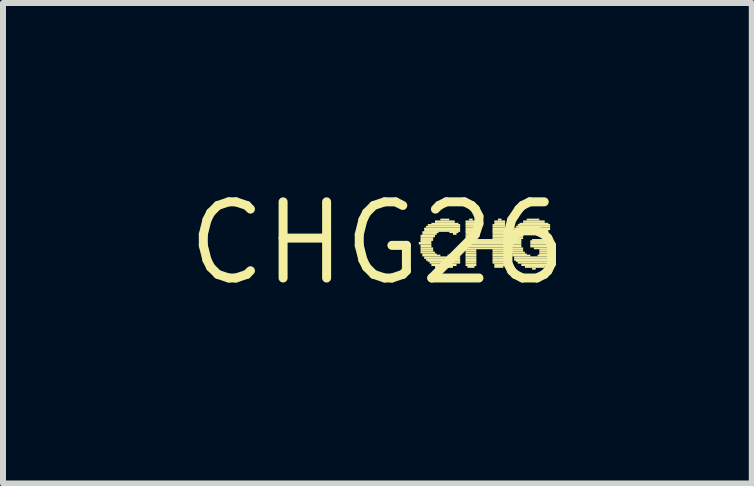
<source format=kicad_pcb>
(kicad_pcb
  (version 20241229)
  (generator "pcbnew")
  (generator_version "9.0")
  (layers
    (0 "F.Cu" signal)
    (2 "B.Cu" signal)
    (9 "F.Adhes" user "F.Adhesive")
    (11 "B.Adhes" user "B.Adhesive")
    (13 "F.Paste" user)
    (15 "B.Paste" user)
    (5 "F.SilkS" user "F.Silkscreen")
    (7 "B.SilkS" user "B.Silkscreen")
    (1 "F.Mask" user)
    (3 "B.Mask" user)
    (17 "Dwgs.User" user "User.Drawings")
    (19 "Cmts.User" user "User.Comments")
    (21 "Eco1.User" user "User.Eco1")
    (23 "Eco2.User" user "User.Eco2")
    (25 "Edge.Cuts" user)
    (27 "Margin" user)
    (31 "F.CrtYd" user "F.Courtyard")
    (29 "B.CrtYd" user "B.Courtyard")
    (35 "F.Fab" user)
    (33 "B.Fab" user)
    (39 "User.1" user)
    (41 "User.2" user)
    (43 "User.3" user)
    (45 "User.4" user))
  (footprint "CHG26"
    (layer "F.Cu")
    (at 3.243 1.006)
    (property "Reference" "CHG26" (at 0 0 0) (layer "F.SilkS") (effects (font (size 1.27 1.27) (thickness 0.15))))
    (fp_poly (pts (xy 0.69 0.02) (xy 0.9 0.02) (xy 0.9 -0.02) (xy 0.69 -0.02)) (stroke (width 0) (type default)) (fill yes) (layer "F.SilkS"))
    (fp_poly (pts (xy 0.72 -0.1) (xy 0.96 -0.1) (xy 0.96 -0.14) (xy 0.72 -0.14)) (stroke (width 0) (type default)) (fill yes) (layer "F.SilkS"))
    (fp_poly (pts (xy 0.72 -0.07) (xy 0.93 -0.07) (xy 0.93 -0.1) (xy 0.72 -0.1)) (stroke (width 0) (type default)) (fill yes) (layer "F.SilkS"))
    (fp_poly (pts (xy 0.72 -0.04) (xy 0.93 -0.04) (xy 0.93 -0.07) (xy 0.72 -0.07)) (stroke (width 0) (type default)) (fill yes) (layer "F.SilkS"))
    (fp_poly (pts (xy 0.72 -0.02) (xy 0.9 -0.02) (xy 0.9 -0.05) (xy 0.72 -0.05)) (stroke (width 0) (type default)) (fill yes) (layer "F.SilkS"))
    (fp_poly (pts (xy 0.72 0.05) (xy 0.9 0.05) (xy 0.9 0.02) (xy 0.72 0.02)) (stroke (width 0) (type default)) (fill yes) (layer "F.SilkS"))
    (fp_poly (pts (xy 0.72 0.07) (xy 0.9 0.07) (xy 0.9 0.04) (xy 0.72 0.04)) (stroke (width 0) (type default)) (fill yes) (layer "F.SilkS"))
    (fp_poly (pts (xy 0.72 0.1) (xy 0.93 0.1) (xy 0.93 0.07) (xy 0.72 0.07)) (stroke (width 0) (type default)) (fill yes) (layer "F.SilkS"))
    (fp_poly (pts (xy 0.72 0.14) (xy 0.93 0.14) (xy 0.93 0.1) (xy 0.72 0.1)) (stroke (width 0) (type default)) (fill yes) (layer "F.SilkS"))
    (fp_poly (pts (xy 0.72 0.17) (xy 0.96 0.17) (xy 0.96 0.14) (xy 0.72 0.14)) (stroke (width 0) (type default)) (fill yes) (layer "F.SilkS"))
    (fp_poly (pts (xy 0.75 -0.17) (xy 1.02 -0.17) (xy 1.02 -0.2) (xy 0.75 -0.2)) (stroke (width 0) (type default)) (fill yes) (layer "F.SilkS"))
    (fp_poly (pts (xy 0.75 -0.14) (xy 0.99 -0.14) (xy 0.99 -0.17) (xy 0.75 -0.17)) (stroke (width 0) (type default)) (fill yes) (layer "F.SilkS"))
    (fp_poly (pts (xy 0.75 0.2) (xy 0.99 0.2) (xy 0.99 0.17) (xy 0.75 0.17)) (stroke (width 0) (type default)) (fill yes) (layer "F.SilkS"))
    (fp_poly (pts (xy 0.75 0.22) (xy 1.05 0.22) (xy 1.05 0.19) (xy 0.75 0.19)) (stroke (width 0) (type default)) (fill yes) (layer "F.SilkS"))
    (fp_poly (pts (xy 0.78 -0.22) (xy 1.38 -0.22) (xy 1.38 -0.26) (xy 0.78 -0.26)) (stroke (width 0) (type default)) (fill yes) (layer "F.SilkS"))
    (fp_poly (pts (xy 0.78 -0.19) (xy 1.38 -0.19) (xy 1.38 -0.22) (xy 0.78 -0.22)) (stroke (width 0) (type default)) (fill yes) (layer "F.SilkS"))
    (fp_poly (pts (xy 0.78 0.26) (xy 1.38 0.26) (xy 1.38 0.22) (xy 0.78 0.22)) (stroke (width 0) (type default)) (fill yes) (layer "F.SilkS"))
    (fp_poly (pts (xy 0.81 -0.26) (xy 1.38 -0.26) (xy 1.38 -0.29) (xy 0.81 -0.29)) (stroke (width 0) (type default)) (fill yes) (layer "F.SilkS"))
    (fp_poly (pts (xy 0.81 0.29) (xy 1.38 0.29) (xy 1.38 0.26) (xy 0.81 0.26)) (stroke (width 0) (type default)) (fill yes) (layer "F.SilkS"))
    (fp_poly (pts (xy 0.84 -0.29) (xy 1.38 -0.29) (xy 1.38 -0.32) (xy 0.84 -0.32)) (stroke (width 0) (type default)) (fill yes) (layer "F.SilkS"))
    (fp_poly (pts (xy 0.84 0.31) (xy 1.38 0.31) (xy 1.38 0.28) (xy 0.84 0.28)) (stroke (width 0) (type default)) (fill yes) (layer "F.SilkS"))
    (fp_poly (pts (xy 0.87 0.34) (xy 1.38 0.34) (xy 1.38 0.31) (xy 0.87 0.31)) (stroke (width 0) (type default)) (fill yes) (layer "F.SilkS"))
    (fp_poly (pts (xy 0.9 -0.31) (xy 1.35 -0.31) (xy 1.35 -0.34) (xy 0.9 -0.34)) (stroke (width 0) (type default)) (fill yes) (layer "F.SilkS"))
    (fp_poly (pts (xy 0.9 0.38) (xy 1.32 0.38) (xy 1.32 0.34) (xy 0.9 0.34)) (stroke (width 0) (type default)) (fill yes) (layer "F.SilkS"))
    (fp_poly (pts (xy 0.96 -0.34) (xy 1.29 -0.34) (xy 1.29 -0.38) (xy 0.96 -0.38)) (stroke (width 0) (type default)) (fill yes) (layer "F.SilkS"))
    (fp_poly (pts (xy 0.96 0.41) (xy 1.26 0.41) (xy 1.26 0.38) (xy 0.96 0.38)) (stroke (width 0) (type default)) (fill yes) (layer "F.SilkS"))
    (fp_poly (pts (xy 1.05 -0.38) (xy 1.2 -0.38) (xy 1.2 -0.41) (xy 1.05 -0.41)) (stroke (width 0) (type default)) (fill yes) (layer "F.SilkS"))
    (fp_poly (pts (xy 1.11 0.44) (xy 1.14 0.44) (xy 1.14 0.41) (xy 1.11 0.41)) (stroke (width 0) (type default)) (fill yes) (layer "F.SilkS"))
    (fp_poly (pts (xy 1.17 0.22) (xy 1.35 0.22) (xy 1.35 0.19) (xy 1.17 0.19)) (stroke (width 0) (type default)) (fill yes) (layer "F.SilkS"))
    (fp_poly (pts (xy 1.2 -0.17) (xy 1.35 -0.17) (xy 1.35 -0.2) (xy 1.2 -0.2)) (stroke (width 0) (type default)) (fill yes) (layer "F.SilkS"))
    (fp_poly (pts (xy 1.23 0.2) (xy 1.35 0.2) (xy 1.35 0.17) (xy 1.23 0.17)) (stroke (width 0) (type default)) (fill yes) (layer "F.SilkS"))
    (fp_poly (pts (xy 1.26 -0.14) (xy 1.32 -0.14) (xy 1.32 -0.17) (xy 1.26 -0.17)) (stroke (width 0) (type default)) (fill yes) (layer "F.SilkS"))
    (fp_poly (pts (xy 1.47 -0.34) (xy 1.65 -0.34) (xy 1.65 -0.38) (xy 1.47 -0.38)) (stroke (width 0) (type default)) (fill yes) (layer "F.SilkS"))
    (fp_poly (pts (xy 1.47 -0.31) (xy 1.65 -0.31) (xy 1.65 -0.34) (xy 1.47 -0.34)) (stroke (width 0) (type default)) (fill yes) (layer "F.SilkS"))
    (fp_poly (pts (xy 1.47 -0.29) (xy 1.65 -0.29) (xy 1.65 -0.32) (xy 1.47 -0.32)) (stroke (width 0) (type default)) (fill yes) (layer "F.SilkS"))
    (fp_poly (pts (xy 1.47 -0.26) (xy 1.65 -0.26) (xy 1.65 -0.29) (xy 1.47 -0.29)) (stroke (width 0) (type default)) (fill yes) (layer "F.SilkS"))
    (fp_poly (pts (xy 1.47 -0.22) (xy 1.65 -0.22) (xy 1.65 -0.26) (xy 1.47 -0.26)) (stroke (width 0) (type default)) (fill yes) (layer "F.SilkS"))
    (fp_poly (pts (xy 1.47 -0.19) (xy 1.65 -0.19) (xy 1.65 -0.22) (xy 1.47 -0.22)) (stroke (width 0) (type default)) (fill yes) (layer "F.SilkS"))
    (fp_poly (pts (xy 1.47 -0.17) (xy 1.65 -0.17) (xy 1.65 -0.2) (xy 1.47 -0.2)) (stroke (width 0) (type default)) (fill yes) (layer "F.SilkS"))
    (fp_poly (pts (xy 1.47 -0.14) (xy 1.65 -0.14) (xy 1.65 -0.17) (xy 1.47 -0.17)) (stroke (width 0) (type default)) (fill yes) (layer "F.SilkS"))
    (fp_poly (pts (xy 1.47 -0.1) (xy 1.65 -0.1) (xy 1.65 -0.14) (xy 1.47 -0.14)) (stroke (width 0) (type default)) (fill yes) (layer "F.SilkS"))
    (fp_poly (pts (xy 1.47 -0.07) (xy 1.65 -0.07) (xy 1.65 -0.1) (xy 1.47 -0.1)) (stroke (width 0) (type default)) (fill yes) (layer "F.SilkS"))
    (fp_poly (pts (xy 1.47 -0.04) (xy 2.13 -0.04) (xy 2.13 -0.07) (xy 1.47 -0.07)) (stroke (width 0) (type default)) (fill yes) (layer "F.SilkS"))
    (fp_poly (pts (xy 1.47 -0.02) (xy 2.13 -0.02) (xy 2.13 -0.05) (xy 1.47 -0.05)) (stroke (width 0) (type default)) (fill yes) (layer "F.SilkS"))
    (fp_poly (pts (xy 1.47 0.02) (xy 2.13 0.02) (xy 2.13 -0.02) (xy 1.47 -0.02)) (stroke (width 0) (type default)) (fill yes) (layer "F.SilkS"))
    (fp_poly (pts (xy 1.47 0.05) (xy 2.13 0.05) (xy 2.13 0.02) (xy 1.47 0.02)) (stroke (width 0) (type default)) (fill yes) (layer "F.SilkS"))
    (fp_poly (pts (xy 1.47 0.07) (xy 2.13 0.07) (xy 2.13 0.04) (xy 1.47 0.04)) (stroke (width 0) (type default)) (fill yes) (layer "F.SilkS"))
    (fp_poly (pts (xy 1.47 0.1) (xy 2.13 0.1) (xy 2.13 0.07) (xy 1.47 0.07)) (stroke (width 0) (type default)) (fill yes) (layer "F.SilkS"))
    (fp_poly (pts (xy 1.47 0.14) (xy 1.65 0.14) (xy 1.65 0.1) (xy 1.47 0.1)) (stroke (width 0) (type default)) (fill yes) (layer "F.SilkS"))
    (fp_poly (pts (xy 1.47 0.17) (xy 1.65 0.17) (xy 1.65 0.14) (xy 1.47 0.14)) (stroke (width 0) (type default)) (fill yes) (layer "F.SilkS"))
    (fp_poly (pts (xy 1.47 0.2) (xy 1.65 0.2) (xy 1.65 0.17) (xy 1.47 0.17)) (stroke (width 0) (type default)) (fill yes) (layer "F.SilkS"))
    (fp_poly (pts (xy 1.47 0.22) (xy 1.65 0.22) (xy 1.65 0.19) (xy 1.47 0.19)) (stroke (width 0) (type default)) (fill yes) (layer "F.SilkS"))
    (fp_poly (pts (xy 1.47 0.26) (xy 1.65 0.26) (xy 1.65 0.22) (xy 1.47 0.22)) (stroke (width 0) (type default)) (fill yes) (layer "F.SilkS"))
    (fp_poly (pts (xy 1.47 0.29) (xy 1.65 0.29) (xy 1.65 0.26) (xy 1.47 0.26)) (stroke (width 0) (type default)) (fill yes) (layer "F.SilkS"))
    (fp_poly (pts (xy 1.47 0.31) (xy 1.65 0.31) (xy 1.65 0.28) (xy 1.47 0.28)) (stroke (width 0) (type default)) (fill yes) (layer "F.SilkS"))
    (fp_poly (pts (xy 1.47 0.34) (xy 1.65 0.34) (xy 1.65 0.31) (xy 1.47 0.31)) (stroke (width 0) (type default)) (fill yes) (layer "F.SilkS"))
    (fp_poly (pts (xy 1.47 0.38) (xy 1.65 0.38) (xy 1.65 0.34) (xy 1.47 0.34)) (stroke (width 0) (type default)) (fill yes) (layer "F.SilkS"))
    (fp_poly (pts (xy 1.5 0.41) (xy 1.62 0.41) (xy 1.62 0.38) (xy 1.5 0.38)) (stroke (width 0) (type default)) (fill yes) (layer "F.SilkS"))
    (fp_poly (pts (xy 1.53 -0.38) (xy 1.59 -0.38) (xy 1.59 -0.41) (xy 1.53 -0.41)) (stroke (width 0) (type default)) (fill yes) (layer "F.SilkS"))
    (fp_poly (pts (xy 1.92 -0.29) (xy 2.13 -0.29) (xy 2.13 -0.32) (xy 1.92 -0.32)) (stroke (width 0) (type default)) (fill yes) (layer "F.SilkS"))
    (fp_poly (pts (xy 1.92 -0.26) (xy 2.13 -0.26) (xy 2.13 -0.29) (xy 1.92 -0.29)) (stroke (width 0) (type default)) (fill yes) (layer "F.SilkS"))
    (fp_poly (pts (xy 1.92 -0.22) (xy 2.13 -0.22) (xy 2.13 -0.26) (xy 1.92 -0.26)) (stroke (width 0) (type default)) (fill yes) (layer "F.SilkS"))
    (fp_poly (pts (xy 1.92 -0.19) (xy 2.13 -0.19) (xy 2.13 -0.22) (xy 1.92 -0.22)) (stroke (width 0) (type default)) (fill yes) (layer "F.SilkS"))
    (fp_poly (pts (xy 1.92 -0.17) (xy 2.13 -0.17) (xy 2.13 -0.2) (xy 1.92 -0.2)) (stroke (width 0) (type default)) (fill yes) (layer "F.SilkS"))
    (fp_poly (pts (xy 1.92 -0.14) (xy 2.13 -0.14) (xy 2.13 -0.17) (xy 1.92 -0.17)) (stroke (width 0) (type default)) (fill yes) (layer "F.SilkS"))
    (fp_poly (pts (xy 1.92 -0.1) (xy 2.13 -0.1) (xy 2.13 -0.14) (xy 1.92 -0.14)) (stroke (width 0) (type default)) (fill yes) (layer "F.SilkS"))
    (fp_poly (pts (xy 1.92 -0.07) (xy 2.13 -0.07) (xy 2.13 -0.1) (xy 1.92 -0.1)) (stroke (width 0) (type default)) (fill yes) (layer "F.SilkS"))
    (fp_poly (pts (xy 1.92 0.14) (xy 2.13 0.14) (xy 2.13 0.1) (xy 1.92 0.1)) (stroke (width 0) (type default)) (fill yes) (layer "F.SilkS"))
    (fp_poly (pts (xy 1.92 0.17) (xy 2.13 0.17) (xy 2.13 0.14) (xy 1.92 0.14)) (stroke (width 0) (type default)) (fill yes) (layer "F.SilkS"))
    (fp_poly (pts (xy 1.92 0.2) (xy 2.13 0.2) (xy 2.13 0.17) (xy 1.92 0.17)) (stroke (width 0) (type default)) (fill yes) (layer "F.SilkS"))
    (fp_poly (pts (xy 1.92 0.22) (xy 2.13 0.22) (xy 2.13 0.19) (xy 1.92 0.19)) (stroke (width 0) (type default)) (fill yes) (layer "F.SilkS"))
    (fp_poly (pts (xy 1.92 0.26) (xy 2.13 0.26) (xy 2.13 0.22) (xy 1.92 0.22)) (stroke (width 0) (type default)) (fill yes) (layer "F.SilkS"))
    (fp_poly (pts (xy 1.92 0.29) (xy 2.13 0.29) (xy 2.13 0.26) (xy 1.92 0.26)) (stroke (width 0) (type default)) (fill yes) (layer "F.SilkS"))
    (fp_poly (pts (xy 1.92 0.31) (xy 2.13 0.31) (xy 2.13 0.28) (xy 1.92 0.28)) (stroke (width 0) (type default)) (fill yes) (layer "F.SilkS"))
    (fp_poly (pts (xy 1.92 0.34) (xy 2.13 0.34) (xy 2.13 0.31) (xy 1.92 0.31)) (stroke (width 0) (type default)) (fill yes) (layer "F.SilkS"))
    (fp_poly (pts (xy 1.95 -0.34) (xy 2.13 -0.34) (xy 2.13 -0.38) (xy 1.95 -0.38)) (stroke (width 0) (type default)) (fill yes) (layer "F.SilkS"))
    (fp_poly (pts (xy 1.95 -0.31) (xy 2.13 -0.31) (xy 2.13 -0.34) (xy 1.95 -0.34)) (stroke (width 0) (type default)) (fill yes) (layer "F.SilkS"))
    (fp_poly (pts (xy 1.95 0.38) (xy 2.13 0.38) (xy 2.13 0.34) (xy 1.95 0.34)) (stroke (width 0) (type default)) (fill yes) (layer "F.SilkS"))
    (fp_poly (pts (xy 1.95 0.41) (xy 2.1 0.41) (xy 2.1 0.38) (xy 1.95 0.38)) (stroke (width 0) (type default)) (fill yes) (layer "F.SilkS"))
    (fp_poly (pts (xy 2.01 -0.38) (xy 2.07 -0.38) (xy 2.07 -0.41) (xy 2.01 -0.41)) (stroke (width 0) (type default)) (fill yes) (layer "F.SilkS"))
    (fp_poly (pts (xy 2.19 -0.04) (xy 2.4 -0.04) (xy 2.4 -0.07) (xy 2.19 -0.07)) (stroke (width 0) (type default)) (fill yes) (layer "F.SilkS"))
    (fp_poly (pts (xy 2.19 -0.02) (xy 2.4 -0.02) (xy 2.4 -0.05) (xy 2.19 -0.05)) (stroke (width 0) (type default)) (fill yes) (layer "F.SilkS"))
    (fp_poly (pts (xy 2.19 0.02) (xy 2.4 0.02) (xy 2.4 -0.02) (xy 2.19 -0.02)) (stroke (width 0) (type default)) (fill yes) (layer "F.SilkS"))
    (fp_poly (pts (xy 2.19 0.05) (xy 2.4 0.05) (xy 2.4 0.02) (xy 2.19 0.02)) (stroke (width 0) (type default)) (fill yes) (layer "F.SilkS"))
    (fp_poly (pts (xy 2.19 0.07) (xy 2.4 0.07) (xy 2.4 0.04) (xy 2.19 0.04)) (stroke (width 0) (type default)) (fill yes) (layer "F.SilkS"))
    (fp_poly (pts (xy 2.22 -0.14) (xy 2.46 -0.14) (xy 2.46 -0.17) (xy 2.22 -0.17)) (stroke (width 0) (type default)) (fill yes) (layer "F.SilkS"))
    (fp_poly (pts (xy 2.22 -0.1) (xy 2.43 -0.1) (xy 2.43 -0.14) (xy 2.22 -0.14)) (stroke (width 0) (type default)) (fill yes) (layer "F.SilkS"))
    (fp_poly (pts (xy 2.22 -0.07) (xy 2.43 -0.07) (xy 2.43 -0.1) (xy 2.22 -0.1)) (stroke (width 0) (type default)) (fill yes) (layer "F.SilkS"))
    (fp_poly (pts (xy 2.22 0.1) (xy 2.43 0.1) (xy 2.43 0.07) (xy 2.22 0.07)) (stroke (width 0) (type default)) (fill yes) (layer "F.SilkS"))
    (fp_poly (pts (xy 2.22 0.14) (xy 2.43 0.14) (xy 2.43 0.1) (xy 2.22 0.1)) (stroke (width 0) (type default)) (fill yes) (layer "F.SilkS"))
    (fp_poly (pts (xy 2.22 0.17) (xy 2.46 0.17) (xy 2.46 0.14) (xy 2.22 0.14)) (stroke (width 0) (type default)) (fill yes) (layer "F.SilkS"))
    (fp_poly (pts (xy 2.25 -0.19) (xy 2.85 -0.19) (xy 2.85 -0.22) (xy 2.25 -0.22)) (stroke (width 0) (type default)) (fill yes) (layer "F.SilkS"))
    (fp_poly (pts (xy 2.25 -0.17) (xy 2.49 -0.17) (xy 2.49 -0.2) (xy 2.25 -0.2)) (stroke (width 0) (type default)) (fill yes) (layer "F.SilkS"))
    (fp_poly (pts (xy 2.25 0.2) (xy 2.49 0.2) (xy 2.49 0.17) (xy 2.25 0.17)) (stroke (width 0) (type default)) (fill yes) (layer "F.SilkS"))
    (fp_poly (pts (xy 2.25 0.22) (xy 2.55 0.22) (xy 2.55 0.19) (xy 2.25 0.19)) (stroke (width 0) (type default)) (fill yes) (layer "F.SilkS"))
    (fp_poly (pts (xy 2.28 -0.22) (xy 2.88 -0.22) (xy 2.88 -0.26) (xy 2.28 -0.26)) (stroke (width 0) (type default)) (fill yes) (layer "F.SilkS"))
    (fp_poly (pts (xy 2.28 0.26) (xy 2.91 0.26) (xy 2.91 0.22) (xy 2.28 0.22)) (stroke (width 0) (type default)) (fill yes) (layer "F.SilkS"))
    (fp_poly (pts (xy 2.28 0.29) (xy 2.91 0.29) (xy 2.91 0.26) (xy 2.28 0.26)) (stroke (width 0) (type default)) (fill yes) (layer "F.SilkS"))
    (fp_poly (pts (xy 2.31 -0.26) (xy 2.88 -0.26) (xy 2.88 -0.29) (xy 2.31 -0.29)) (stroke (width 0) (type default)) (fill yes) (layer "F.SilkS"))
    (fp_poly (pts (xy 2.31 0.31) (xy 2.91 0.31) (xy 2.91 0.28) (xy 2.31 0.28)) (stroke (width 0) (type default)) (fill yes) (layer "F.SilkS"))
    (fp_poly (pts (xy 2.34 -0.29) (xy 2.88 -0.29) (xy 2.88 -0.32) (xy 2.34 -0.32)) (stroke (width 0) (type default)) (fill yes) (layer "F.SilkS"))
    (fp_poly (pts (xy 2.34 0.34) (xy 2.88 0.34) (xy 2.88 0.31) (xy 2.34 0.31)) (stroke (width 0) (type default)) (fill yes) (layer "F.SilkS"))
    (fp_poly (pts (xy 2.37 -0.31) (xy 2.85 -0.31) (xy 2.85 -0.34) (xy 2.37 -0.34)) (stroke (width 0) (type default)) (fill yes) (layer "F.SilkS"))
    (fp_poly (pts (xy 2.4 0.38) (xy 2.82 0.38) (xy 2.82 0.34) (xy 2.4 0.34)) (stroke (width 0) (type default)) (fill yes) (layer "F.SilkS"))
    (fp_poly (pts (xy 2.43 -0.34) (xy 2.79 -0.34) (xy 2.79 -0.38) (xy 2.43 -0.38)) (stroke (width 0) (type default)) (fill yes) (layer "F.SilkS"))
    (fp_poly (pts (xy 2.46 0.41) (xy 2.79 0.41) (xy 2.79 0.38) (xy 2.46 0.38)) (stroke (width 0) (type default)) (fill yes) (layer "F.SilkS"))
    (fp_poly (pts (xy 2.49 -0.38) (xy 2.7 -0.38) (xy 2.7 -0.41) (xy 2.49 -0.41)) (stroke (width 0) (type default)) (fill yes) (layer "F.SilkS"))
    (fp_poly (pts (xy 2.55 -0.02) (xy 2.91 -0.02) (xy 2.91 -0.05) (xy 2.55 -0.05)) (stroke (width 0) (type default)) (fill yes) (layer "F.SilkS"))
    (fp_poly (pts (xy 2.55 0.02) (xy 2.91 0.02) (xy 2.91 -0.02) (xy 2.55 -0.02)) (stroke (width 0) (type default)) (fill yes) (layer "F.SilkS"))
    (fp_poly (pts (xy 2.55 0.05) (xy 2.91 0.05) (xy 2.91 0.02) (xy 2.55 0.02)) (stroke (width 0) (type default)) (fill yes) (layer "F.SilkS"))
    (fp_poly (pts (xy 2.55 0.07) (xy 2.91 0.07) (xy 2.91 0.04) (xy 2.55 0.04)) (stroke (width 0) (type default)) (fill yes) (layer "F.SilkS"))
    (fp_poly (pts (xy 2.58 -0.04) (xy 2.88 -0.04) (xy 2.88 -0.07) (xy 2.58 -0.07)) (stroke (width 0) (type default)) (fill yes) (layer "F.SilkS"))
    (fp_poly (pts (xy 2.58 0.44) (xy 2.64 0.44) (xy 2.64 0.41) (xy 2.58 0.41)) (stroke (width 0) (type default)) (fill yes) (layer "F.SilkS"))
    (fp_poly (pts (xy 2.61 0.1) (xy 2.91 0.1) (xy 2.91 0.07) (xy 2.61 0.07)) (stroke (width 0) (type default)) (fill yes) (layer "F.SilkS"))
    (fp_poly (pts (xy 2.67 0.22) (xy 2.91 0.22) (xy 2.91 0.19) (xy 2.67 0.19)) (stroke (width 0) (type default)) (fill yes) (layer "F.SilkS"))
    (fp_poly (pts (xy 2.7 -0.17) (xy 2.85 -0.17) (xy 2.85 -0.2) (xy 2.7 -0.2)) (stroke (width 0) (type default)) (fill yes) (layer "F.SilkS"))
    (fp_poly (pts (xy 2.7 0.14) (xy 2.91 0.14) (xy 2.91 0.1) (xy 2.7 0.1)) (stroke (width 0) (type default)) (fill yes) (layer "F.SilkS"))
    (fp_poly (pts (xy 2.7 0.17) (xy 2.91 0.17) (xy 2.91 0.14) (xy 2.7 0.14)) (stroke (width 0) (type default)) (fill yes) (layer "F.SilkS"))
    (fp_poly (pts (xy 2.7 0.2) (xy 2.91 0.2) (xy 2.91 0.17) (xy 2.7 0.17)) (stroke (width 0) (type default)) (fill yes) (layer "F.SilkS"))
    (fp_poly (pts (xy 2.76 -0.14) (xy 2.79 -0.14) (xy 2.79 -0.17) (xy 2.76 -0.17)) (stroke (width 0) (type default)) (fill yes) (layer "F.SilkS")))
  (gr_rect
    (start -3 -3)
    (end 9.486 5.012)
    (stroke (width 0.1) (type default))
    (fill no)
    (layer "Edge.Cuts")))
</source>
